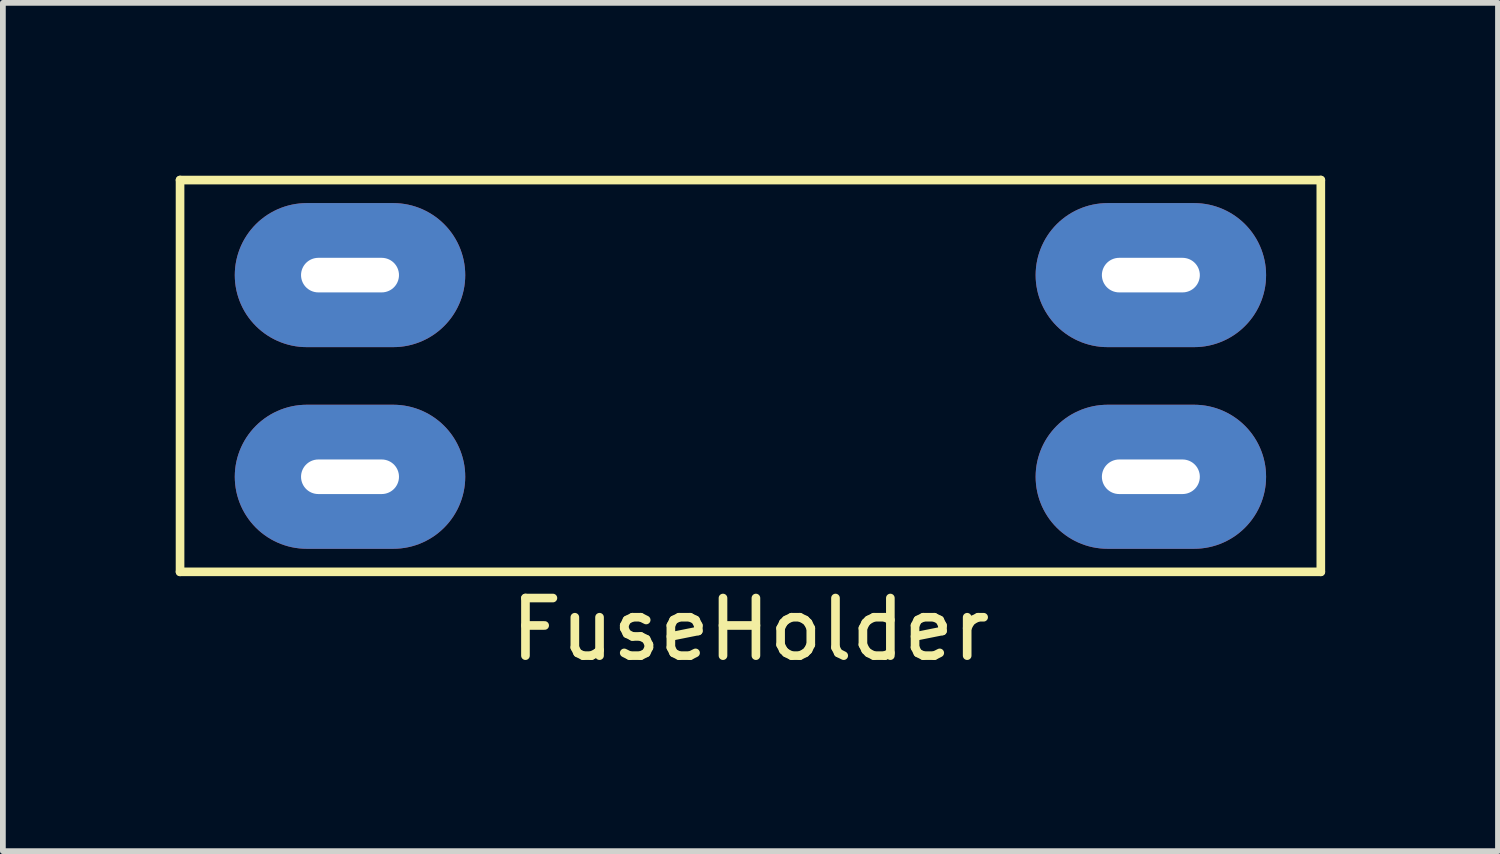
<source format=kicad_pcb>
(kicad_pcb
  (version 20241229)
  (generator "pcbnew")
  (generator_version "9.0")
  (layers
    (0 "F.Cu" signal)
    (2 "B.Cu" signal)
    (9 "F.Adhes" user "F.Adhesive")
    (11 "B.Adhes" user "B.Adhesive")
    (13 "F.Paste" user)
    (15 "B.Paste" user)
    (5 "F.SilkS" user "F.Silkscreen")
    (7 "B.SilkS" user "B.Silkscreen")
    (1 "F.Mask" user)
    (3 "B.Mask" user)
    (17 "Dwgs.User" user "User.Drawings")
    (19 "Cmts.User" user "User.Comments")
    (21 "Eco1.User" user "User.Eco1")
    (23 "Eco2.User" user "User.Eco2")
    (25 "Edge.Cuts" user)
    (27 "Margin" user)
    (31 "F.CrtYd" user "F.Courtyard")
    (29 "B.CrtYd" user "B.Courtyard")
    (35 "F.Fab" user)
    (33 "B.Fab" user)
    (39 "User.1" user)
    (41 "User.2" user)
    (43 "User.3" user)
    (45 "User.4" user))
  (footprint "FuseHolder"
    (layer "F.Cu")
    (at 9.975 3.475)
    (property "Reference" "FuseHolder" (at 0 4.4 0) (layer "F.SilkS") (effects (font (size 1 1) (thickness 0.15))))
    (attr through_hole)
    (fp_line (start -9.9 -3.4) (end 9.9 -3.4) (stroke (width 0.15) (type solid)) (layer "F.SilkS"))
    (fp_line (start -9.9 3.4) (end -9.9 -3.4) (stroke (width 0.15) (type solid)) (layer "F.SilkS"))
    (fp_line (start 9.9 -3.4) (end 9.9 3.4) (stroke (width 0.15) (type solid)) (layer "F.SilkS"))
    (fp_line (start 9.9 3.4) (end -9.9 3.4) (stroke (width 0.15) (type solid)) (layer "F.SilkS"))
    (pad "1" thru_hole oval (at 6.95 -1.75) (size 4 2.5) (drill oval 1.7 0.6) (layers "*.Cu" "*.Mask"))
    (pad "1" thru_hole oval (at 6.95 1.75) (size 4 2.5) (drill oval 1.7 0.6) (layers "*.Cu" "*.Mask"))
    (pad "2" thru_hole oval (at -6.95 -1.75) (size 4 2.5) (drill oval 1.7 0.6) (layers "*.Cu" "*.Mask"))
    (pad "2" thru_hole oval (at -6.95 1.75) (size 4 2.5) (drill oval 1.7 0.6) (layers "*.Cu" "*.Mask")))
  (gr_rect
    (start -3 -3)
    (end 22.95 11.723)
    (stroke (width 0.1) (type default))
    (fill no)
    (layer "Edge.Cuts")))
</source>
